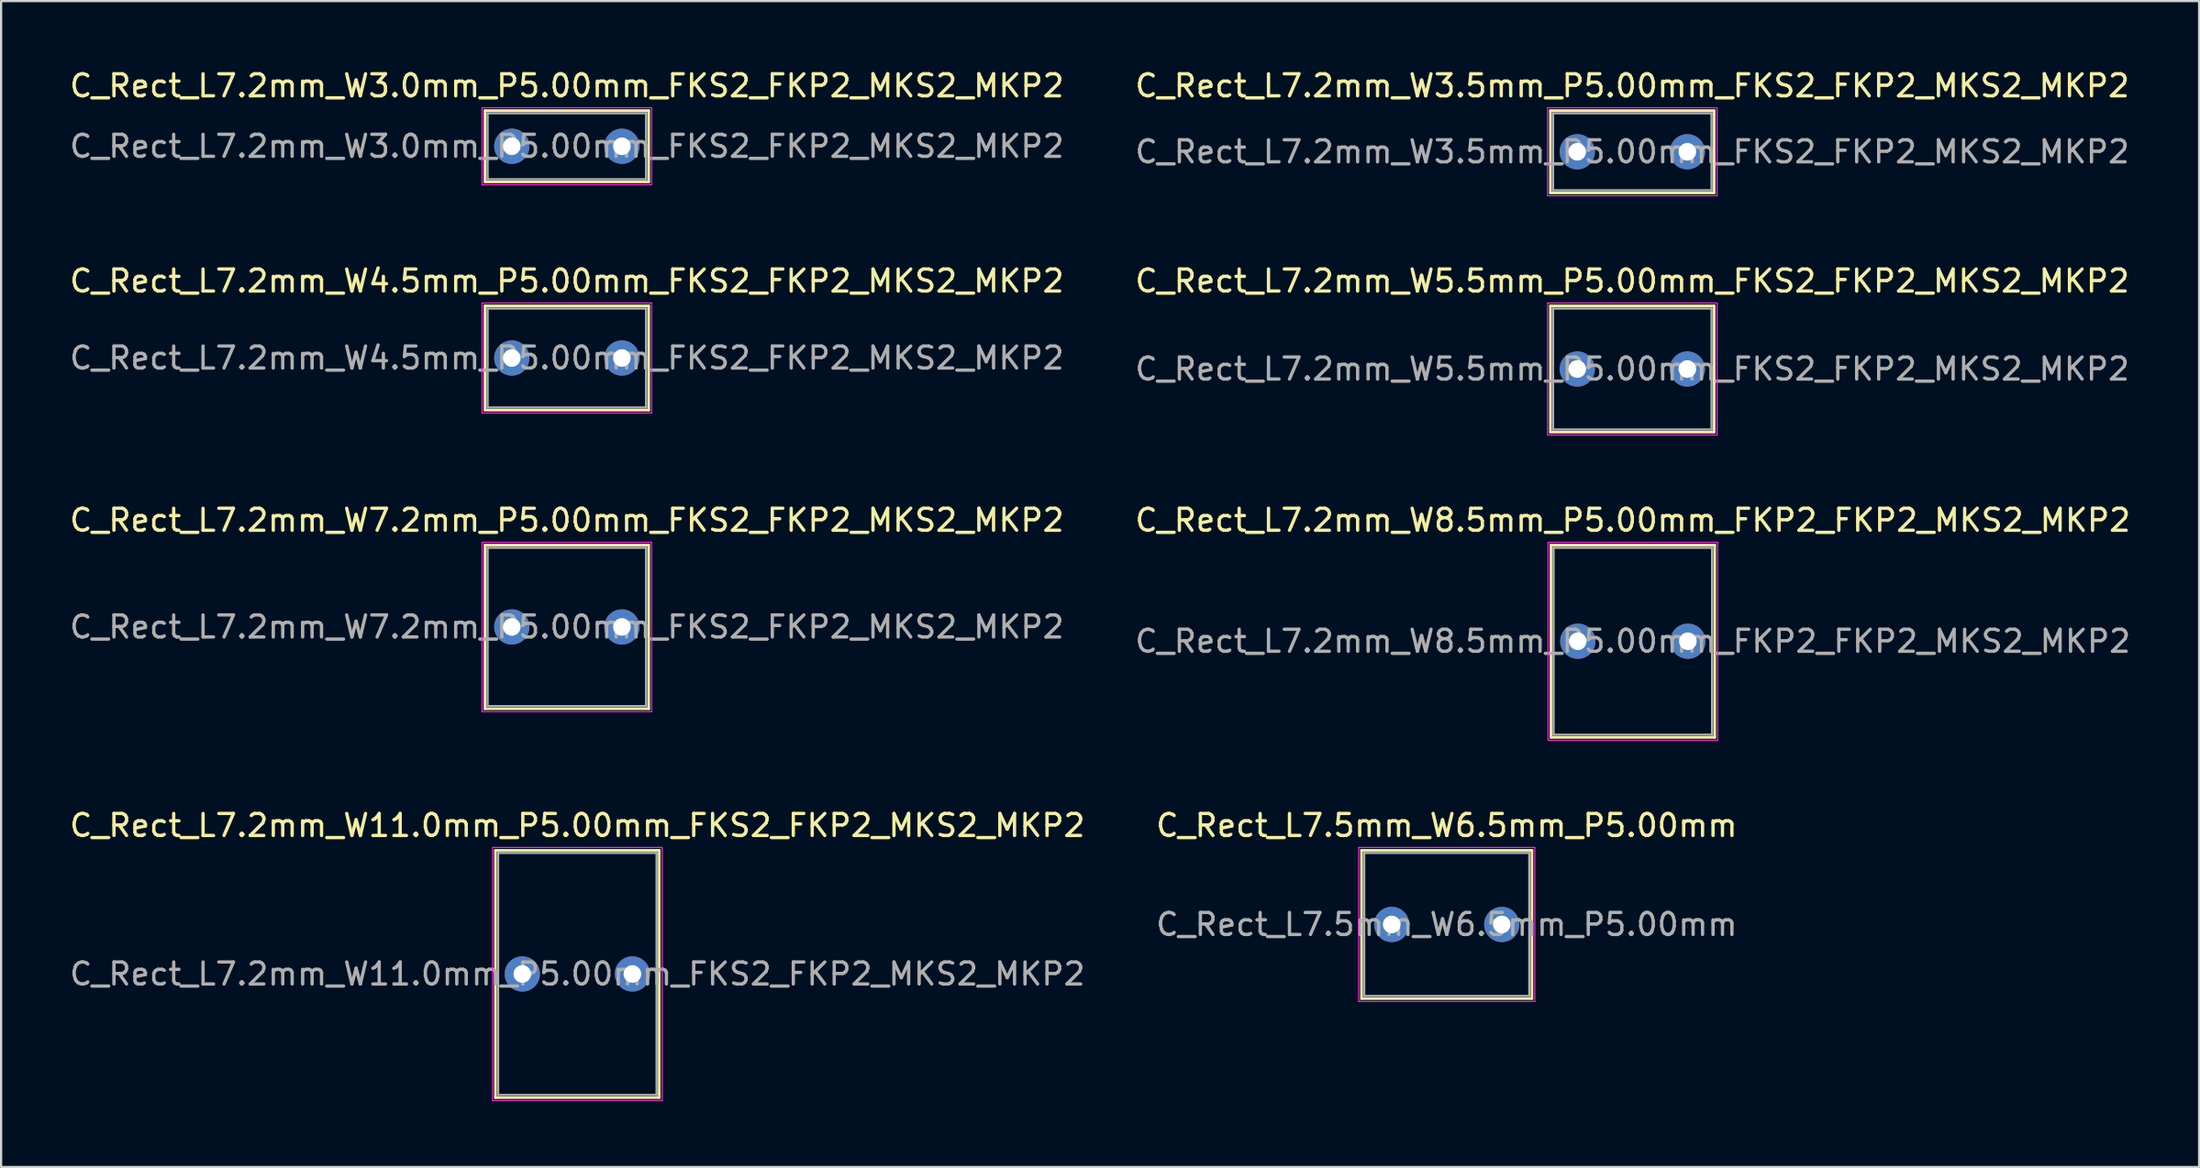
<source format=kicad_pcb>
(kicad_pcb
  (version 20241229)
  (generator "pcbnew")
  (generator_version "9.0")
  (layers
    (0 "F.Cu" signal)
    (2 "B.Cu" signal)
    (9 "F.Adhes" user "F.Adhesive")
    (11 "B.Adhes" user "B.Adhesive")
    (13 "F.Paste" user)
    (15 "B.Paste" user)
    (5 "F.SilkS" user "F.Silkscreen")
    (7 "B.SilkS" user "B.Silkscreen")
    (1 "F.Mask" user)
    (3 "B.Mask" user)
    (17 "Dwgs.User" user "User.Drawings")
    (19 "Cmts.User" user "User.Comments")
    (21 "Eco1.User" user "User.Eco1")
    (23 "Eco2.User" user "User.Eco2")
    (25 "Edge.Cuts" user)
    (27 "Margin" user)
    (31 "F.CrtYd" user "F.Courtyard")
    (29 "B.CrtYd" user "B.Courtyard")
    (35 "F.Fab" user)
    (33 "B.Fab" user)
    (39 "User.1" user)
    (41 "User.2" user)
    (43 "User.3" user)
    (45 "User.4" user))
  (footprint "C_Rect_L7.2mm_W7.2mm_P5.00mm_FKS2_FKP2_MKS2_MKP2"
    (layer "F.Cu")
    (at 20.196 25.445)
    (property "Reference" "C_Rect_L7.2mm_W7.2mm_P5.00mm_FKS2_FKP2_MKS2_MKP2" (at 2.5 -4.85 0) (layer "F.SilkS") (effects (font (size 1 1) (thickness 0.15))))
    (attr through_hole)
    (fp_line (start -1.22 -3.72) (end -1.22 3.72) (stroke (width 0.12) (type solid)) (layer "F.SilkS"))
    (fp_line (start -1.22 -3.72) (end 6.22 -3.72) (stroke (width 0.12) (type solid)) (layer "F.SilkS"))
    (fp_line (start -1.22 3.72) (end 6.22 3.72) (stroke (width 0.12) (type solid)) (layer "F.SilkS"))
    (fp_line (start 6.22 -3.72) (end 6.22 3.72) (stroke (width 0.12) (type solid)) (layer "F.SilkS"))
    (fp_line (start -1.35 -3.85) (end -1.35 3.85) (stroke (width 0.05) (type solid)) (layer "F.CrtYd"))
    (fp_line (start -1.35 3.85) (end 6.35 3.85) (stroke (width 0.05) (type solid)) (layer "F.CrtYd"))
    (fp_line (start 6.35 -3.85) (end -1.35 -3.85) (stroke (width 0.05) (type solid)) (layer "F.CrtYd"))
    (fp_line (start 6.35 3.85) (end 6.35 -3.85) (stroke (width 0.05) (type solid)) (layer "F.CrtYd"))
    (fp_line (start -1.1 -3.6) (end -1.1 3.6) (stroke (width 0.1) (type solid)) (layer "F.Fab"))
    (fp_line (start -1.1 3.6) (end 6.1 3.6) (stroke (width 0.1) (type solid)) (layer "F.Fab"))
    (fp_line (start 6.1 -3.6) (end -1.1 -3.6) (stroke (width 0.1) (type solid)) (layer "F.Fab"))
    (fp_line (start 6.1 3.6) (end 6.1 -3.6) (stroke (width 0.1) (type solid)) (layer "F.Fab"))
    (fp_text user "${REFERENCE}" (at 2.5 0 0) (layer "F.Fab") (effects (font (size 1 1) (thickness 0.15))))
    (pad "1" thru_hole circle (at 0 0) (size 1.6 1.6) (drill 0.8) (layers "*.Cu" "*.Mask"))
    (pad "2" thru_hole circle (at 5 0) (size 1.6 1.6) (drill 0.8) (layers "*.Cu" "*.Mask")))
  (footprint "C_Rect_L7.2mm_W4.5mm_P5.00mm_FKS2_FKP2_MKS2_MKP2"
    (layer "F.Cu")
    (at 20.196 13.222)
    (property "Reference" "C_Rect_L7.2mm_W4.5mm_P5.00mm_FKS2_FKP2_MKS2_MKP2" (at 2.5 -3.5 0) (layer "F.SilkS") (effects (font (size 1 1) (thickness 0.15))))
    (attr through_hole)
    (fp_line (start -1.22 -2.37) (end -1.22 2.37) (stroke (width 0.12) (type solid)) (layer "F.SilkS"))
    (fp_line (start -1.22 -2.37) (end 6.22 -2.37) (stroke (width 0.12) (type solid)) (layer "F.SilkS"))
    (fp_line (start -1.22 2.37) (end 6.22 2.37) (stroke (width 0.12) (type solid)) (layer "F.SilkS"))
    (fp_line (start 6.22 -2.37) (end 6.22 2.37) (stroke (width 0.12) (type solid)) (layer "F.SilkS"))
    (fp_line (start -1.35 -2.5) (end -1.35 2.5) (stroke (width 0.05) (type solid)) (layer "F.CrtYd"))
    (fp_line (start -1.35 2.5) (end 6.35 2.5) (stroke (width 0.05) (type solid)) (layer "F.CrtYd"))
    (fp_line (start 6.35 -2.5) (end -1.35 -2.5) (stroke (width 0.05) (type solid)) (layer "F.CrtYd"))
    (fp_line (start 6.35 2.5) (end 6.35 -2.5) (stroke (width 0.05) (type solid)) (layer "F.CrtYd"))
    (fp_line (start -1.1 -2.25) (end -1.1 2.25) (stroke (width 0.1) (type solid)) (layer "F.Fab"))
    (fp_line (start -1.1 2.25) (end 6.1 2.25) (stroke (width 0.1) (type solid)) (layer "F.Fab"))
    (fp_line (start 6.1 -2.25) (end -1.1 -2.25) (stroke (width 0.1) (type solid)) (layer "F.Fab"))
    (fp_line (start 6.1 2.25) (end 6.1 -2.25) (stroke (width 0.1) (type solid)) (layer "F.Fab"))
    (fp_text user "${REFERENCE}" (at 2.5 0 0) (layer "F.Fab") (effects (font (size 1 1) (thickness 0.15))))
    (pad "1" thru_hole circle (at 0 0) (size 1.6 1.6) (drill 0.8) (layers "*.Cu" "*.Mask"))
    (pad "2" thru_hole circle (at 5 0) (size 1.6 1.6) (drill 0.8) (layers "*.Cu" "*.Mask")))
  (footprint "C_Rect_L7.2mm_W11.0mm_P5.00mm_FKS2_FKP2_MKS2_MKP2"
    (layer "F.Cu")
    (at 20.673 41.218)
    (property "Reference" "C_Rect_L7.2mm_W11.0mm_P5.00mm_FKS2_FKP2_MKS2_MKP2" (at 2.5 -6.75 0) (layer "F.SilkS") (effects (font (size 1 1) (thickness 0.15))))
    (attr through_hole)
    (fp_line (start -1.22 -5.62) (end -1.22 5.62) (stroke (width 0.12) (type solid)) (layer "F.SilkS"))
    (fp_line (start -1.22 -5.62) (end 6.22 -5.62) (stroke (width 0.12) (type solid)) (layer "F.SilkS"))
    (fp_line (start -1.22 5.62) (end 6.22 5.62) (stroke (width 0.12) (type solid)) (layer "F.SilkS"))
    (fp_line (start 6.22 -5.62) (end 6.22 5.62) (stroke (width 0.12) (type solid)) (layer "F.SilkS"))
    (fp_line (start -1.35 -5.75) (end -1.35 5.75) (stroke (width 0.05) (type solid)) (layer "F.CrtYd"))
    (fp_line (start -1.35 5.75) (end 6.35 5.75) (stroke (width 0.05) (type solid)) (layer "F.CrtYd"))
    (fp_line (start 6.35 -5.75) (end -1.35 -5.75) (stroke (width 0.05) (type solid)) (layer "F.CrtYd"))
    (fp_line (start 6.35 5.75) (end 6.35 -5.75) (stroke (width 0.05) (type solid)) (layer "F.CrtYd"))
    (fp_line (start -1.1 -5.5) (end -1.1 5.5) (stroke (width 0.1) (type solid)) (layer "F.Fab"))
    (fp_line (start -1.1 5.5) (end 6.1 5.5) (stroke (width 0.1) (type solid)) (layer "F.Fab"))
    (fp_line (start 6.1 -5.5) (end -1.1 -5.5) (stroke (width 0.1) (type solid)) (layer "F.Fab"))
    (fp_line (start 6.1 5.5) (end 6.1 -5.5) (stroke (width 0.1) (type solid)) (layer "F.Fab"))
    (fp_text user "${REFERENCE}" (at 2.5 0 0) (layer "F.Fab") (effects (font (size 1 1) (thickness 0.15))))
    (pad "1" thru_hole circle (at 0 0) (size 1.6 1.6) (drill 0.8) (layers "*.Cu" "*.Mask"))
    (pad "2" thru_hole circle (at 5 0) (size 1.6 1.6) (drill 0.8) (layers "*.Cu" "*.Mask")))
  (footprint "C_Rect_L7.5mm_W6.5mm_P5.00mm"
    (layer "F.Cu")
    (at 60.161 38.968)
    (property "Reference" "C_Rect_L7.5mm_W6.5mm_P5.00mm" (at 2.5 -4.5 0) (layer "F.SilkS") (effects (font (size 1 1) (thickness 0.15))))
    (attr through_hole)
    (fp_line (start -1.37 -3.37) (end -1.37 3.37) (stroke (width 0.12) (type solid)) (layer "F.SilkS"))
    (fp_line (start -1.37 -3.37) (end 6.37 -3.37) (stroke (width 0.12) (type solid)) (layer "F.SilkS"))
    (fp_line (start -1.37 3.37) (end 6.37 3.37) (stroke (width 0.12) (type solid)) (layer "F.SilkS"))
    (fp_line (start 6.37 -3.37) (end 6.37 3.37) (stroke (width 0.12) (type solid)) (layer "F.SilkS"))
    (fp_line (start -1.5 -3.5) (end -1.5 3.5) (stroke (width 0.05) (type solid)) (layer "F.CrtYd"))
    (fp_line (start -1.5 3.5) (end 6.5 3.5) (stroke (width 0.05) (type solid)) (layer "F.CrtYd"))
    (fp_line (start 6.5 -3.5) (end -1.5 -3.5) (stroke (width 0.05) (type solid)) (layer "F.CrtYd"))
    (fp_line (start 6.5 3.5) (end 6.5 -3.5) (stroke (width 0.05) (type solid)) (layer "F.CrtYd"))
    (fp_line (start -1.25 -3.25) (end -1.25 3.25) (stroke (width 0.1) (type solid)) (layer "F.Fab"))
    (fp_line (start -1.25 3.25) (end 6.25 3.25) (stroke (width 0.1) (type solid)) (layer "F.Fab"))
    (fp_line (start 6.25 -3.25) (end -1.25 -3.25) (stroke (width 0.1) (type solid)) (layer "F.Fab"))
    (fp_line (start 6.25 3.25) (end 6.25 -3.25) (stroke (width 0.1) (type solid)) (layer "F.Fab"))
    (fp_text user "${REFERENCE}" (at 2.5 0 0) (layer "F.Fab") (effects (font (size 1 1) (thickness 0.15))))
    (pad "1" thru_hole circle (at 0 0) (size 1.6 1.6) (drill 0.8) (layers "*.Cu" "*.Mask"))
    (pad "2" thru_hole circle (at 5 0) (size 1.6 1.6) (drill 0.8) (layers "*.Cu" "*.Mask")))
  (footprint "C_Rect_L7.2mm_W8.5mm_P5.00mm_FKP2_FKP2_MKS2_MKP2"
    (layer "F.Cu")
    (at 68.613 26.095)
    (property "Reference" "C_Rect_L7.2mm_W8.5mm_P5.00mm_FKP2_FKP2_MKS2_MKP2" (at 2.5 -5.5 0) (layer "F.SilkS") (effects (font (size 1 1) (thickness 0.15))))
    (attr through_hole)
    (fp_line (start -1.22 -4.37) (end -1.22 4.37) (stroke (width 0.12) (type solid)) (layer "F.SilkS"))
    (fp_line (start -1.22 -4.37) (end 6.22 -4.37) (stroke (width 0.12) (type solid)) (layer "F.SilkS"))
    (fp_line (start -1.22 4.37) (end 6.22 4.37) (stroke (width 0.12) (type solid)) (layer "F.SilkS"))
    (fp_line (start 6.22 -4.37) (end 6.22 4.37) (stroke (width 0.12) (type solid)) (layer "F.SilkS"))
    (fp_line (start -1.35 -4.5) (end -1.35 4.5) (stroke (width 0.05) (type solid)) (layer "F.CrtYd"))
    (fp_line (start -1.35 4.5) (end 6.35 4.5) (stroke (width 0.05) (type solid)) (layer "F.CrtYd"))
    (fp_line (start 6.35 -4.5) (end -1.35 -4.5) (stroke (width 0.05) (type solid)) (layer "F.CrtYd"))
    (fp_line (start 6.35 4.5) (end 6.35 -4.5) (stroke (width 0.05) (type solid)) (layer "F.CrtYd"))
    (fp_line (start -1.1 -4.25) (end -1.1 4.25) (stroke (width 0.1) (type solid)) (layer "F.Fab"))
    (fp_line (start -1.1 4.25) (end 6.1 4.25) (stroke (width 0.1) (type solid)) (layer "F.Fab"))
    (fp_line (start 6.1 -4.25) (end -1.1 -4.25) (stroke (width 0.1) (type solid)) (layer "F.Fab"))
    (fp_line (start 6.1 4.25) (end 6.1 -4.25) (stroke (width 0.1) (type solid)) (layer "F.Fab"))
    (fp_text user "${REFERENCE}" (at 2.5 0 0) (layer "F.Fab") (effects (font (size 1 1) (thickness 0.15))))
    (pad "1" thru_hole circle (at 0 0) (size 1.6 1.6) (drill 0.8) (layers "*.Cu" "*.Mask"))
    (pad "2" thru_hole circle (at 5 0) (size 1.6 1.6) (drill 0.8) (layers "*.Cu" "*.Mask")))
  (footprint "C_Rect_L7.2mm_W5.5mm_P5.00mm_FKS2_FKP2_MKS2_MKP2"
    (layer "F.Cu")
    (at 68.589 13.722)
    (property "Reference" "C_Rect_L7.2mm_W5.5mm_P5.00mm_FKS2_FKP2_MKS2_MKP2" (at 2.5 -4 0) (layer "F.SilkS") (effects (font (size 1 1) (thickness 0.15))))
    (attr through_hole)
    (fp_line (start -1.22 -2.87) (end -1.22 2.87) (stroke (width 0.12) (type solid)) (layer "F.SilkS"))
    (fp_line (start -1.22 -2.87) (end 6.22 -2.87) (stroke (width 0.12) (type solid)) (layer "F.SilkS"))
    (fp_line (start -1.22 2.87) (end 6.22 2.87) (stroke (width 0.12) (type solid)) (layer "F.SilkS"))
    (fp_line (start 6.22 -2.87) (end 6.22 2.87) (stroke (width 0.12) (type solid)) (layer "F.SilkS"))
    (fp_line (start -1.35 -3) (end -1.35 3) (stroke (width 0.05) (type solid)) (layer "F.CrtYd"))
    (fp_line (start -1.35 3) (end 6.35 3) (stroke (width 0.05) (type solid)) (layer "F.CrtYd"))
    (fp_line (start 6.35 -3) (end -1.35 -3) (stroke (width 0.05) (type solid)) (layer "F.CrtYd"))
    (fp_line (start 6.35 3) (end 6.35 -3) (stroke (width 0.05) (type solid)) (layer "F.CrtYd"))
    (fp_line (start -1.1 -2.75) (end -1.1 2.75) (stroke (width 0.1) (type solid)) (layer "F.Fab"))
    (fp_line (start -1.1 2.75) (end 6.1 2.75) (stroke (width 0.1) (type solid)) (layer "F.Fab"))
    (fp_line (start 6.1 -2.75) (end -1.1 -2.75) (stroke (width 0.1) (type solid)) (layer "F.Fab"))
    (fp_line (start 6.1 2.75) (end 6.1 -2.75) (stroke (width 0.1) (type solid)) (layer "F.Fab"))
    (fp_text user "${REFERENCE}" (at 2.5 0 0) (layer "F.Fab") (effects (font (size 1 1) (thickness 0.15))))
    (pad "1" thru_hole circle (at 0 0) (size 1.6 1.6) (drill 0.8) (layers "*.Cu" "*.Mask"))
    (pad "2" thru_hole circle (at 5 0) (size 1.6 1.6) (drill 0.8) (layers "*.Cu" "*.Mask")))
  (footprint "C_Rect_L7.2mm_W3.0mm_P5.00mm_FKS2_FKP2_MKS2_MKP2"
    (layer "F.Cu")
    (at 20.196 3.598)
    (property "Reference" "C_Rect_L7.2mm_W3.0mm_P5.00mm_FKS2_FKP2_MKS2_MKP2" (at 2.5 -2.75 0) (layer "F.SilkS") (effects (font (size 1 1) (thickness 0.15))))
    (attr through_hole)
    (fp_line (start -1.22 -1.62) (end -1.22 1.62) (stroke (width 0.12) (type solid)) (layer "F.SilkS"))
    (fp_line (start -1.22 -1.62) (end 6.22 -1.62) (stroke (width 0.12) (type solid)) (layer "F.SilkS"))
    (fp_line (start -1.22 1.62) (end 6.22 1.62) (stroke (width 0.12) (type solid)) (layer "F.SilkS"))
    (fp_line (start 6.22 -1.62) (end 6.22 1.62) (stroke (width 0.12) (type solid)) (layer "F.SilkS"))
    (fp_line (start -1.35 -1.75) (end -1.35 1.75) (stroke (width 0.05) (type solid)) (layer "F.CrtYd"))
    (fp_line (start -1.35 1.75) (end 6.35 1.75) (stroke (width 0.05) (type solid)) (layer "F.CrtYd"))
    (fp_line (start 6.35 -1.75) (end -1.35 -1.75) (stroke (width 0.05) (type solid)) (layer "F.CrtYd"))
    (fp_line (start 6.35 1.75) (end 6.35 -1.75) (stroke (width 0.05) (type solid)) (layer "F.CrtYd"))
    (fp_line (start -1.1 -1.5) (end -1.1 1.5) (stroke (width 0.1) (type solid)) (layer "F.Fab"))
    (fp_line (start -1.1 1.5) (end 6.1 1.5) (stroke (width 0.1) (type solid)) (layer "F.Fab"))
    (fp_line (start 6.1 -1.5) (end -1.1 -1.5) (stroke (width 0.1) (type solid)) (layer "F.Fab"))
    (fp_line (start 6.1 1.5) (end 6.1 -1.5) (stroke (width 0.1) (type solid)) (layer "F.Fab"))
    (fp_text user "${REFERENCE}" (at 2.5 0 0) (layer "F.Fab") (effects (font (size 1 1) (thickness 0.15))))
    (pad "1" thru_hole circle (at 0 0) (size 1.6 1.6) (drill 0.8) (layers "*.Cu" "*.Mask"))
    (pad "2" thru_hole circle (at 5 0) (size 1.6 1.6) (drill 0.8) (layers "*.Cu" "*.Mask")))
  (footprint "C_Rect_L7.2mm_W3.5mm_P5.00mm_FKS2_FKP2_MKS2_MKP2"
    (layer "F.Cu")
    (at 68.589 3.848)
    (property "Reference" "C_Rect_L7.2mm_W3.5mm_P5.00mm_FKS2_FKP2_MKS2_MKP2" (at 2.5 -3 0) (layer "F.SilkS") (effects (font (size 1 1) (thickness 0.15))))
    (attr through_hole)
    (fp_line (start -1.22 -1.87) (end -1.22 1.87) (stroke (width 0.12) (type solid)) (layer "F.SilkS"))
    (fp_line (start -1.22 -1.87) (end 6.22 -1.87) (stroke (width 0.12) (type solid)) (layer "F.SilkS"))
    (fp_line (start -1.22 1.87) (end 6.22 1.87) (stroke (width 0.12) (type solid)) (layer "F.SilkS"))
    (fp_line (start 6.22 -1.87) (end 6.22 1.87) (stroke (width 0.12) (type solid)) (layer "F.SilkS"))
    (fp_line (start -1.35 -2) (end -1.35 2) (stroke (width 0.05) (type solid)) (layer "F.CrtYd"))
    (fp_line (start -1.35 2) (end 6.35 2) (stroke (width 0.05) (type solid)) (layer "F.CrtYd"))
    (fp_line (start 6.35 -2) (end -1.35 -2) (stroke (width 0.05) (type solid)) (layer "F.CrtYd"))
    (fp_line (start 6.35 2) (end 6.35 -2) (stroke (width 0.05) (type solid)) (layer "F.CrtYd"))
    (fp_line (start -1.1 -1.75) (end -1.1 1.75) (stroke (width 0.1) (type solid)) (layer "F.Fab"))
    (fp_line (start -1.1 1.75) (end 6.1 1.75) (stroke (width 0.1) (type solid)) (layer "F.Fab"))
    (fp_line (start 6.1 -1.75) (end -1.1 -1.75) (stroke (width 0.1) (type solid)) (layer "F.Fab"))
    (fp_line (start 6.1 1.75) (end 6.1 -1.75) (stroke (width 0.1) (type solid)) (layer "F.Fab"))
    (fp_text user "${REFERENCE}" (at 2.5 0 0) (layer "F.Fab") (effects (font (size 1 1) (thickness 0.15))))
    (pad "1" thru_hole circle (at 0 0) (size 1.6 1.6) (drill 0.8) (layers "*.Cu" "*.Mask"))
    (pad "2" thru_hole circle (at 5 0) (size 1.6 1.6) (drill 0.8) (layers "*.Cu" "*.Mask")))
  (gr_rect
    (start -3 -3)
    (end 96.833 49.993)
    (stroke (width 0.1) (type default))
    (fill no)
    (layer "Edge.Cuts")))
</source>
